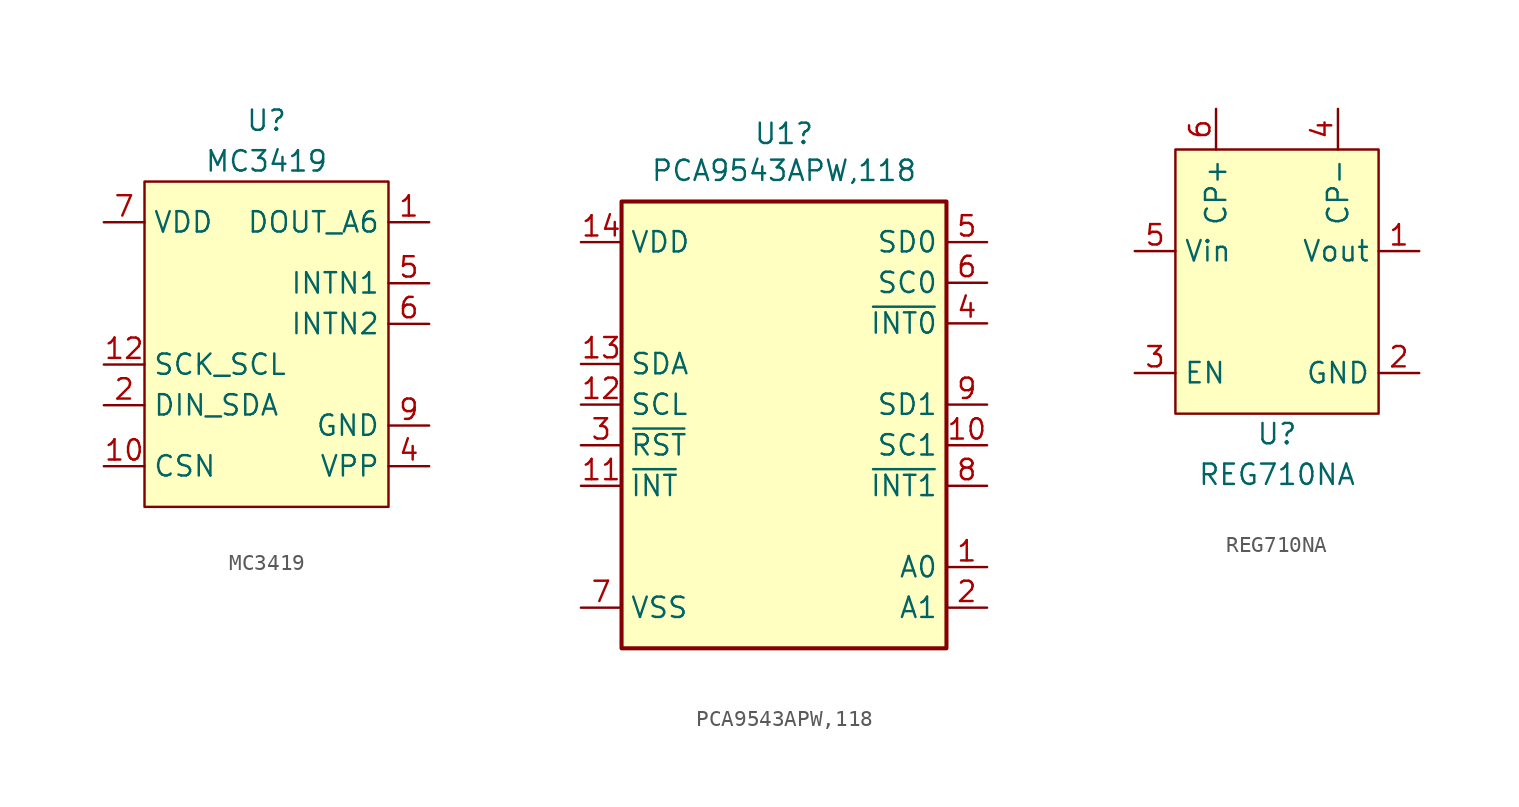
<source format=kicad_sym>
(kicad_symbol_lib
  (version 20211014)
  (generator kicad_symbol_editor)
  (symbol "MC3419"
    (property "Reference" "U"
      (at 0 3.81 0)
      (effects (font (size 1.27 1.27))))
    (property "Value" "MC3419"
      (at 0 1.27 0)
      (effects (font (size 1.27 1.27))))
    (symbol "MC3419_0_0"
      (pin unspecified line (at 10.16 -2.54 180) (length 2.54) (name "DOUT_A6" (effects (font (size 1.27 1.27)))) (number "1" (effects (font (size 1.27 1.27)))))
      (pin unspecified line (at -10.16 -17.78 0) (length 2.54) (name "CSN" (effects (font (size 1.27 1.27)))) (number "10" (effects (font (size 1.27 1.27)))))
      (pin unspecified line (at -10.16 -8.89 0) (length 2.54) hide (name "NC" (effects (font (size 1.27 1.27)))) (number "11" (effects (font (size 1.27 1.27)))))
      (pin unspecified line (at -10.16 -11.43 0) (length 2.54) (name "SCK_SCL" (effects (font (size 1.27 1.27)))) (number "12" (effects (font (size 1.27 1.27)))))
      (pin unspecified line (at -10.16 -13.97 0) (length 2.54) (name "DIN_SDA" (effects (font (size 1.27 1.27)))) (number "2" (effects (font (size 1.27 1.27)))))
      (pin unspecified line (at -10.16 -6.35 0) (length 2.54) hide (name "NC" (effects (font (size 1.27 1.27)))) (number "3" (effects (font (size 1.27 1.27)))))
      (pin unspecified line (at 10.16 -17.78 180) (length 2.54) (name "VPP" (effects (font (size 1.27 1.27)))) (number "4" (effects (font (size 1.27 1.27)))))
      (pin unspecified line (at 10.16 -6.35 180) (length 2.54) (name "INTN1" (effects (font (size 1.27 1.27)))) (number "5" (effects (font (size 1.27 1.27)))))
      (pin unspecified line (at 10.16 -8.89 180) (length 2.54) (name "INTN2" (effects (font (size 1.27 1.27)))) (number "6" (effects (font (size 1.27 1.27)))))
      (pin unspecified line (at -10.16 -2.54 0) (length 2.54) (name "VDD" (effects (font (size 1.27 1.27)))) (number "7" (effects (font (size 1.27 1.27)))))
      (pin unspecified line (at -10.16 -7.62 0) (length 2.54) hide (name "NC" (effects (font (size 1.27 1.27)))) (number "8" (effects (font (size 1.27 1.27)))))
      (pin unspecified line (at 10.16 -15.24 180) (length 2.54) (name "GND" (effects (font (size 1.27 1.27)))) (number "9" (effects (font (size 1.27 1.27))))))
    (symbol "MC3419_0_1"
      (rectangle (start -7.62 0) (end 7.62 -20.32) (stroke (width 0) (type default) (color 0 0 0 0)) (fill (type background)))))
  (symbol "PCA9543APW,118"
    (property "Reference" "U1"
      (at -1.27 4.242 0)
      (effects (font (size 1.27 1.27))))
    (property "Value" "PCA9543APW,118"
      (at -1.27 1.93 0)
      (effects (font (size 1.27 1.27))))
    (symbol "PCA9543APW,118_0_1"
      (rectangle (start 8.89 0) (end -11.43 -27.94) (stroke (width 0.254) (type default) (color 0 0 0 0)) (fill (type background))))
    (symbol "PCA9543APW,118_1_1"
      (pin input line (at 11.43 -22.86 180) (length 2.54) (name "A0" (effects (font (size 1.27 1.27)))) (number "1" (effects (font (size 1.27 1.27)))))
      (pin output line (at 11.43 -15.24 180) (length 2.54) (name "SC1" (effects (font (size 1.27 1.27)))) (number "10" (effects (font (size 1.27 1.27)))))
      (pin open_collector line (at -13.97 -17.78 0) (length 2.54) (name "~{INT}" (effects (font (size 1.27 1.27)))) (number "11" (effects (font (size 1.27 1.27)))))
      (pin input line (at -13.97 -12.7 0) (length 2.54) (name "SCL" (effects (font (size 1.27 1.27)))) (number "12" (effects (font (size 1.27 1.27)))))
      (pin bidirectional line (at -13.97 -10.16 0) (length 2.54) (name "SDA" (effects (font (size 1.27 1.27)))) (number "13" (effects (font (size 1.27 1.27)))))
      (pin power_in line (at -13.97 -2.54 0) (length 2.54) (name "VDD" (effects (font (size 1.27 1.27)))) (number "14" (effects (font (size 1.27 1.27)))))
      (pin input line (at 11.43 -25.4 180) (length 2.54) (name "A1" (effects (font (size 1.27 1.27)))) (number "2" (effects (font (size 1.27 1.27)))))
      (pin open_collector line (at -13.97 -15.24 0) (length 2.54) (name "~{RST}" (effects (font (size 1.27 1.27)))) (number "3" (effects (font (size 1.27 1.27)))))
      (pin input line (at 11.43 -7.62 180) (length 2.54) (name "~{INT0}" (effects (font (size 1.27 1.27)))) (number "4" (effects (font (size 1.27 1.27)))))
      (pin bidirectional line (at 11.43 -2.54 180) (length 2.54) (name "SD0" (effects (font (size 1.27 1.27)))) (number "5" (effects (font (size 1.27 1.27)))))
      (pin output line (at 11.43 -5.08 180) (length 2.54) (name "SC0" (effects (font (size 1.27 1.27)))) (number "6" (effects (font (size 1.27 1.27)))))
      (pin power_in line (at -13.97 -25.4 0) (length 2.54) (name "VSS" (effects (font (size 1.27 1.27)))) (number "7" (effects (font (size 1.27 1.27)))))
      (pin input line (at 11.43 -17.78 180) (length 2.54) (name "~{INT1}" (effects (font (size 1.27 1.27)))) (number "8" (effects (font (size 1.27 1.27)))))
      (pin bidirectional line (at 11.43 -12.7 180) (length 2.54) (name "SD1" (effects (font (size 1.27 1.27)))) (number "9" (effects (font (size 1.27 1.27)))))))
  (symbol "REG710NA"
    (property "Reference" "U"
      (at 0 -17.78 0)
      (effects (font (size 1.27 1.27))))
    (property "Value" "REG710NA"
      (at 0 -20.32 0)
      (effects (font (size 1.27 1.27))))
    (symbol "REG710NA_0_1"
      (rectangle (start -6.35 0) (end 6.35 -16.51) (stroke (width 0) (type default) (color 0 0 0 0)) (fill (type background))))
    (symbol "REG710NA_1_1"
      (pin input line (at 8.89 -6.35 180) (length 2.54) (name "Vout" (effects (font (size 1.27 1.27)))) (number "1" (effects (font (size 1.27 1.27)))))
      (pin input line (at 8.89 -13.97 180) (length 2.54) (name "GND" (effects (font (size 1.27 1.27)))) (number "2" (effects (font (size 1.27 1.27)))))
      (pin input line (at -8.89 -13.97 0) (length 2.54) (name "EN" (effects (font (size 1.27 1.27)))) (number "3" (effects (font (size 1.27 1.27)))))
      (pin input line (at 3.81 2.54 270) (length 2.54) (name "CP-" (effects (font (size 1.27 1.27)))) (number "4" (effects (font (size 1.27 1.27)))))
      (pin input line (at -8.89 -6.35 0) (length 2.54) (name "Vin" (effects (font (size 1.27 1.27)))) (number "5" (effects (font (size 1.27 1.27)))))
      (pin input line (at -3.81 2.54 270) (length 2.54) (name "CP+" (effects (font (size 1.27 1.27)))) (number "6" (effects (font (size 1.27 1.27))))))))
</source>
